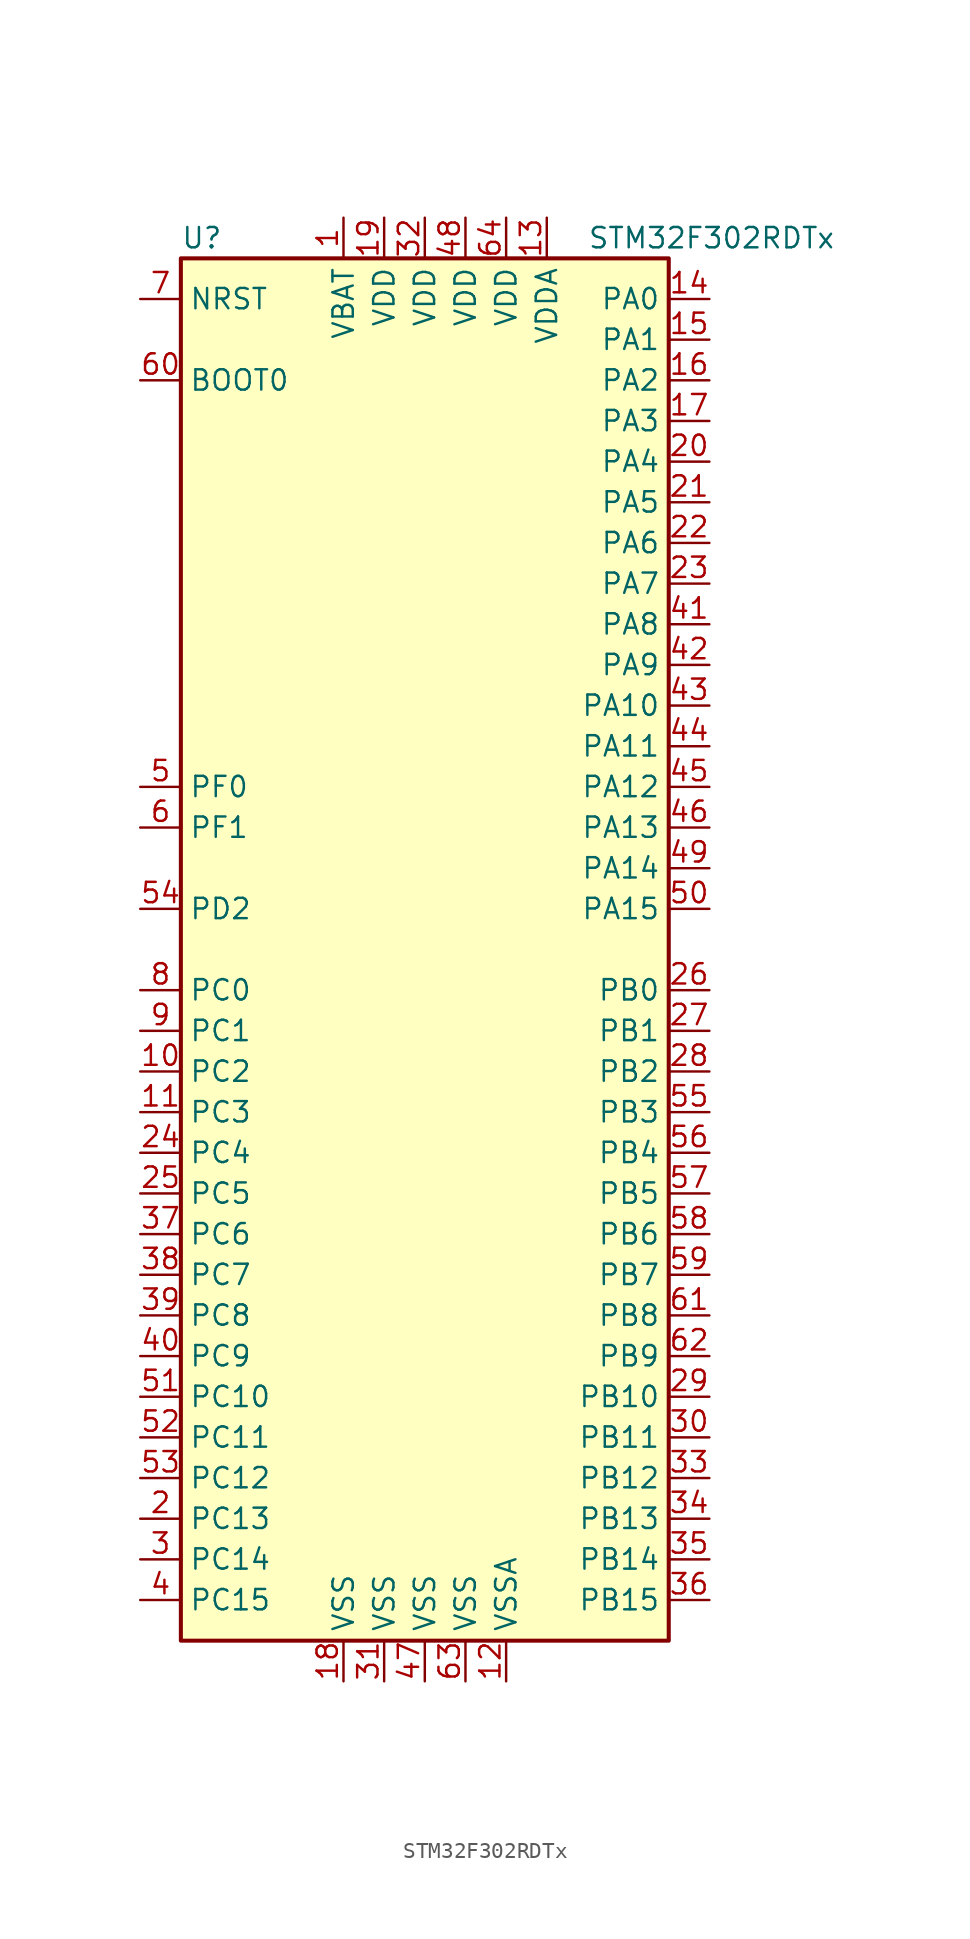
<source format=kicad_sym>
(kicad_symbol_lib
  (version 20211014)
  (generator kicad_symbol_editor)
  (symbol "STM32F302RDTx"
    (property "Reference" "U"
      (at -15.24 44.45 0)
      (effects (font (size 1.27 1.27)) (justify left)))
    (property "Value" "STM32F302RDTx"
      (at 10.16 44.45 0)
      (effects (font (size 1.27 1.27)) (justify left)))
    (symbol "STM32F302RDTx_0_1"
      (rectangle (start -15.24 -43.18) (end 15.24 43.18) (stroke (width 0.254) (type default) (color 0 0 0 0)) (fill (type background))))
    (symbol "STM32F302RDTx_1_1"
      (pin power_in line (at -5.08 45.72 270) (length 2.54) (name "VBAT" (effects (font (size 1.27 1.27)))) (number "1" (effects (font (size 1.27 1.27)))))
      (pin bidirectional line (at -17.78 -7.62 0) (length 2.54) (name "PC2" (effects (font (size 1.27 1.27)))) (number "10" (effects (font (size 1.27 1.27)))))
      (pin bidirectional line (at -17.78 -10.16 0) (length 2.54) (name "PC3" (effects (font (size 1.27 1.27)))) (number "11" (effects (font (size 1.27 1.27)))))
      (pin power_in line (at 5.08 -45.72 90) (length 2.54) (name "VSSA" (effects (font (size 1.27 1.27)))) (number "12" (effects (font (size 1.27 1.27)))))
      (pin power_in line (at 7.62 45.72 270) (length 2.54) (name "VDDA" (effects (font (size 1.27 1.27)))) (number "13" (effects (font (size 1.27 1.27)))))
      (pin bidirectional line (at 17.78 40.64 180) (length 2.54) (name "PA0" (effects (font (size 1.27 1.27)))) (number "14" (effects (font (size 1.27 1.27)))))
      (pin bidirectional line (at 17.78 38.1 180) (length 2.54) (name "PA1" (effects (font (size 1.27 1.27)))) (number "15" (effects (font (size 1.27 1.27)))))
      (pin bidirectional line (at 17.78 35.56 180) (length 2.54) (name "PA2" (effects (font (size 1.27 1.27)))) (number "16" (effects (font (size 1.27 1.27)))))
      (pin bidirectional line (at 17.78 33.02 180) (length 2.54) (name "PA3" (effects (font (size 1.27 1.27)))) (number "17" (effects (font (size 1.27 1.27)))))
      (pin power_in line (at -5.08 -45.72 90) (length 2.54) (name "VSS" (effects (font (size 1.27 1.27)))) (number "18" (effects (font (size 1.27 1.27)))))
      (pin power_in line (at -2.54 45.72 270) (length 2.54) (name "VDD" (effects (font (size 1.27 1.27)))) (number "19" (effects (font (size 1.27 1.27)))))
      (pin bidirectional line (at -17.78 -35.56 0) (length 2.54) (name "PC13" (effects (font (size 1.27 1.27)))) (number "2" (effects (font (size 1.27 1.27)))))
      (pin bidirectional line (at 17.78 30.48 180) (length 2.54) (name "PA4" (effects (font (size 1.27 1.27)))) (number "20" (effects (font (size 1.27 1.27)))))
      (pin bidirectional line (at 17.78 27.94 180) (length 2.54) (name "PA5" (effects (font (size 1.27 1.27)))) (number "21" (effects (font (size 1.27 1.27)))))
      (pin bidirectional line (at 17.78 25.4 180) (length 2.54) (name "PA6" (effects (font (size 1.27 1.27)))) (number "22" (effects (font (size 1.27 1.27)))))
      (pin bidirectional line (at 17.78 22.86 180) (length 2.54) (name "PA7" (effects (font (size 1.27 1.27)))) (number "23" (effects (font (size 1.27 1.27)))))
      (pin bidirectional line (at -17.78 -12.7 0) (length 2.54) (name "PC4" (effects (font (size 1.27 1.27)))) (number "24" (effects (font (size 1.27 1.27)))))
      (pin bidirectional line (at -17.78 -15.24 0) (length 2.54) (name "PC5" (effects (font (size 1.27 1.27)))) (number "25" (effects (font (size 1.27 1.27)))))
      (pin bidirectional line (at 17.78 -2.54 180) (length 2.54) (name "PB0" (effects (font (size 1.27 1.27)))) (number "26" (effects (font (size 1.27 1.27)))))
      (pin bidirectional line (at 17.78 -5.08 180) (length 2.54) (name "PB1" (effects (font (size 1.27 1.27)))) (number "27" (effects (font (size 1.27 1.27)))))
      (pin bidirectional line (at 17.78 -7.62 180) (length 2.54) (name "PB2" (effects (font (size 1.27 1.27)))) (number "28" (effects (font (size 1.27 1.27)))))
      (pin bidirectional line (at 17.78 -27.94 180) (length 2.54) (name "PB10" (effects (font (size 1.27 1.27)))) (number "29" (effects (font (size 1.27 1.27)))))
      (pin bidirectional line (at -17.78 -38.1 0) (length 2.54) (name "PC14" (effects (font (size 1.27 1.27)))) (number "3" (effects (font (size 1.27 1.27)))))
      (pin bidirectional line (at 17.78 -30.48 180) (length 2.54) (name "PB11" (effects (font (size 1.27 1.27)))) (number "30" (effects (font (size 1.27 1.27)))))
      (pin power_in line (at -2.54 -45.72 90) (length 2.54) (name "VSS" (effects (font (size 1.27 1.27)))) (number "31" (effects (font (size 1.27 1.27)))))
      (pin power_in line (at 0 45.72 270) (length 2.54) (name "VDD" (effects (font (size 1.27 1.27)))) (number "32" (effects (font (size 1.27 1.27)))))
      (pin bidirectional line (at 17.78 -33.02 180) (length 2.54) (name "PB12" (effects (font (size 1.27 1.27)))) (number "33" (effects (font (size 1.27 1.27)))))
      (pin bidirectional line (at 17.78 -35.56 180) (length 2.54) (name "PB13" (effects (font (size 1.27 1.27)))) (number "34" (effects (font (size 1.27 1.27)))))
      (pin bidirectional line (at 17.78 -38.1 180) (length 2.54) (name "PB14" (effects (font (size 1.27 1.27)))) (number "35" (effects (font (size 1.27 1.27)))))
      (pin bidirectional line (at 17.78 -40.64 180) (length 2.54) (name "PB15" (effects (font (size 1.27 1.27)))) (number "36" (effects (font (size 1.27 1.27)))))
      (pin bidirectional line (at -17.78 -17.78 0) (length 2.54) (name "PC6" (effects (font (size 1.27 1.27)))) (number "37" (effects (font (size 1.27 1.27)))))
      (pin bidirectional line (at -17.78 -20.32 0) (length 2.54) (name "PC7" (effects (font (size 1.27 1.27)))) (number "38" (effects (font (size 1.27 1.27)))))
      (pin bidirectional line (at -17.78 -22.86 0) (length 2.54) (name "PC8" (effects (font (size 1.27 1.27)))) (number "39" (effects (font (size 1.27 1.27)))))
      (pin bidirectional line (at -17.78 -40.64 0) (length 2.54) (name "PC15" (effects (font (size 1.27 1.27)))) (number "4" (effects (font (size 1.27 1.27)))))
      (pin bidirectional line (at -17.78 -25.4 0) (length 2.54) (name "PC9" (effects (font (size 1.27 1.27)))) (number "40" (effects (font (size 1.27 1.27)))))
      (pin bidirectional line (at 17.78 20.32 180) (length 2.54) (name "PA8" (effects (font (size 1.27 1.27)))) (number "41" (effects (font (size 1.27 1.27)))))
      (pin bidirectional line (at 17.78 17.78 180) (length 2.54) (name "PA9" (effects (font (size 1.27 1.27)))) (number "42" (effects (font (size 1.27 1.27)))))
      (pin bidirectional line (at 17.78 15.24 180) (length 2.54) (name "PA10" (effects (font (size 1.27 1.27)))) (number "43" (effects (font (size 1.27 1.27)))))
      (pin bidirectional line (at 17.78 12.7 180) (length 2.54) (name "PA11" (effects (font (size 1.27 1.27)))) (number "44" (effects (font (size 1.27 1.27)))))
      (pin bidirectional line (at 17.78 10.16 180) (length 2.54) (name "PA12" (effects (font (size 1.27 1.27)))) (number "45" (effects (font (size 1.27 1.27)))))
      (pin bidirectional line (at 17.78 7.62 180) (length 2.54) (name "PA13" (effects (font (size 1.27 1.27)))) (number "46" (effects (font (size 1.27 1.27)))))
      (pin power_in line (at 0 -45.72 90) (length 2.54) (name "VSS" (effects (font (size 1.27 1.27)))) (number "47" (effects (font (size 1.27 1.27)))))
      (pin power_in line (at 2.54 45.72 270) (length 2.54) (name "VDD" (effects (font (size 1.27 1.27)))) (number "48" (effects (font (size 1.27 1.27)))))
      (pin bidirectional line (at 17.78 5.08 180) (length 2.54) (name "PA14" (effects (font (size 1.27 1.27)))) (number "49" (effects (font (size 1.27 1.27)))))
      (pin input line (at -17.78 10.16 0) (length 2.54) (name "PF0" (effects (font (size 1.27 1.27)))) (number "5" (effects (font (size 1.27 1.27)))))
      (pin bidirectional line (at 17.78 2.54 180) (length 2.54) (name "PA15" (effects (font (size 1.27 1.27)))) (number "50" (effects (font (size 1.27 1.27)))))
      (pin bidirectional line (at -17.78 -27.94 0) (length 2.54) (name "PC10" (effects (font (size 1.27 1.27)))) (number "51" (effects (font (size 1.27 1.27)))))
      (pin bidirectional line (at -17.78 -30.48 0) (length 2.54) (name "PC11" (effects (font (size 1.27 1.27)))) (number "52" (effects (font (size 1.27 1.27)))))
      (pin bidirectional line (at -17.78 -33.02 0) (length 2.54) (name "PC12" (effects (font (size 1.27 1.27)))) (number "53" (effects (font (size 1.27 1.27)))))
      (pin bidirectional line (at -17.78 2.54 0) (length 2.54) (name "PD2" (effects (font (size 1.27 1.27)))) (number "54" (effects (font (size 1.27 1.27)))))
      (pin bidirectional line (at 17.78 -10.16 180) (length 2.54) (name "PB3" (effects (font (size 1.27 1.27)))) (number "55" (effects (font (size 1.27 1.27)))))
      (pin bidirectional line (at 17.78 -12.7 180) (length 2.54) (name "PB4" (effects (font (size 1.27 1.27)))) (number "56" (effects (font (size 1.27 1.27)))))
      (pin bidirectional line (at 17.78 -15.24 180) (length 2.54) (name "PB5" (effects (font (size 1.27 1.27)))) (number "57" (effects (font (size 1.27 1.27)))))
      (pin bidirectional line (at 17.78 -17.78 180) (length 2.54) (name "PB6" (effects (font (size 1.27 1.27)))) (number "58" (effects (font (size 1.27 1.27)))))
      (pin bidirectional line (at 17.78 -20.32 180) (length 2.54) (name "PB7" (effects (font (size 1.27 1.27)))) (number "59" (effects (font (size 1.27 1.27)))))
      (pin input line (at -17.78 7.62 0) (length 2.54) (name "PF1" (effects (font (size 1.27 1.27)))) (number "6" (effects (font (size 1.27 1.27)))))
      (pin input line (at -17.78 35.56 0) (length 2.54) (name "BOOT0" (effects (font (size 1.27 1.27)))) (number "60" (effects (font (size 1.27 1.27)))))
      (pin bidirectional line (at 17.78 -22.86 180) (length 2.54) (name "PB8" (effects (font (size 1.27 1.27)))) (number "61" (effects (font (size 1.27 1.27)))))
      (pin bidirectional line (at 17.78 -25.4 180) (length 2.54) (name "PB9" (effects (font (size 1.27 1.27)))) (number "62" (effects (font (size 1.27 1.27)))))
      (pin power_in line (at 2.54 -45.72 90) (length 2.54) (name "VSS" (effects (font (size 1.27 1.27)))) (number "63" (effects (font (size 1.27 1.27)))))
      (pin power_in line (at 5.08 45.72 270) (length 2.54) (name "VDD" (effects (font (size 1.27 1.27)))) (number "64" (effects (font (size 1.27 1.27)))))
      (pin input line (at -17.78 40.64 0) (length 2.54) (name "NRST" (effects (font (size 1.27 1.27)))) (number "7" (effects (font (size 1.27 1.27)))))
      (pin bidirectional line (at -17.78 -2.54 0) (length 2.54) (name "PC0" (effects (font (size 1.27 1.27)))) (number "8" (effects (font (size 1.27 1.27)))))
      (pin bidirectional line (at -17.78 -5.08 0) (length 2.54) (name "PC1" (effects (font (size 1.27 1.27)))) (number "9" (effects (font (size 1.27 1.27))))))))
</source>
